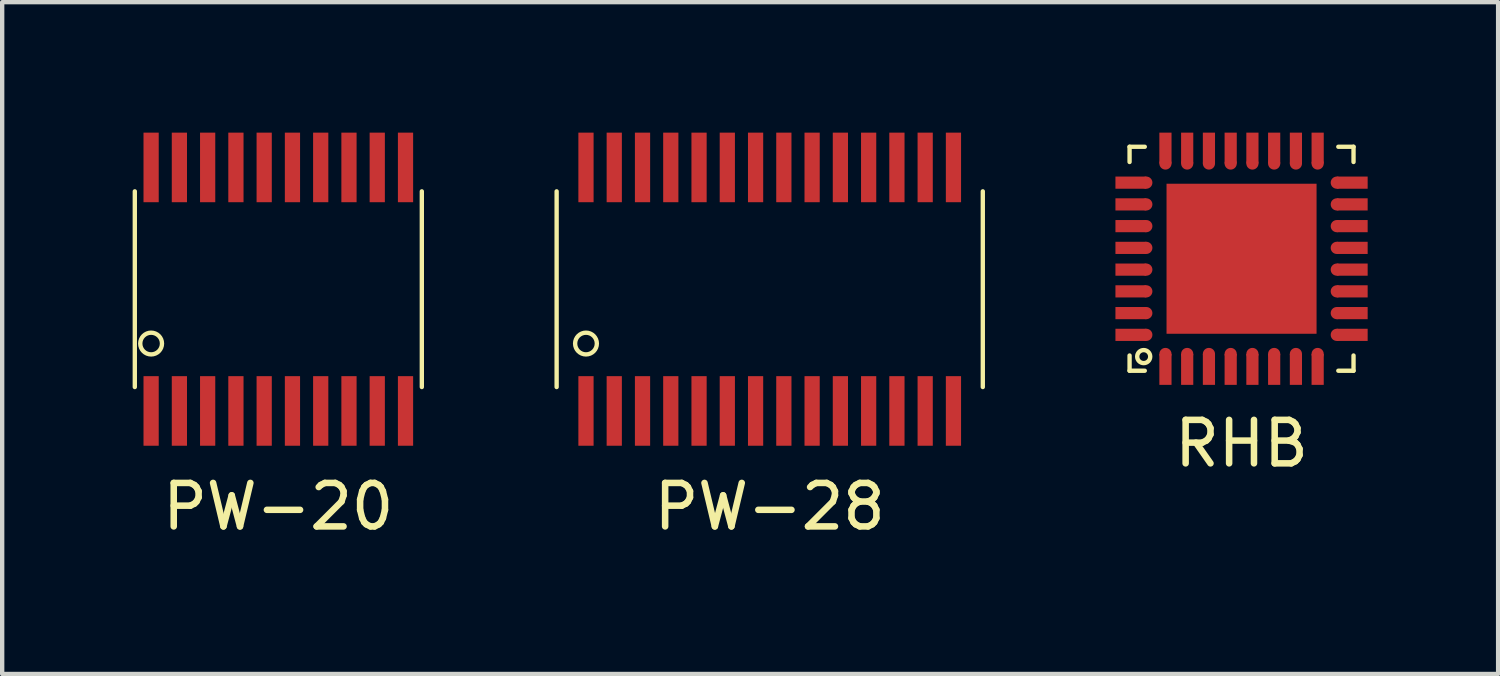
<source format=kicad_pcb>
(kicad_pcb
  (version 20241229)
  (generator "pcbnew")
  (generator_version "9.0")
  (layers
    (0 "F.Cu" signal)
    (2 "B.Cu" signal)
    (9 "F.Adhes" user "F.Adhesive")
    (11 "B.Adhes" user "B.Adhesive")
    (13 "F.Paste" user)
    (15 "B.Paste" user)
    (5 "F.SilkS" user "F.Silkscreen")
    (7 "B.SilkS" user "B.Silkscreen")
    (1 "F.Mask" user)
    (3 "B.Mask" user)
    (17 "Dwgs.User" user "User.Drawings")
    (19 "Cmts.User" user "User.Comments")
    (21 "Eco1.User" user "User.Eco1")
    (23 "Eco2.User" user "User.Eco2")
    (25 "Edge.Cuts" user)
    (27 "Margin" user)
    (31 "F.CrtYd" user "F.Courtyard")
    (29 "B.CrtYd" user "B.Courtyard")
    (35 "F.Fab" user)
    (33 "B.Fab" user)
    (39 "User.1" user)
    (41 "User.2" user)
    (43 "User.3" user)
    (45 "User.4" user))
  (footprint "PW-28"
    (layer "F.Cu")
    (at 14.65 3.6)
    (property "Reference" "PW-28" (at 0 5 0) (layer "F.SilkS") (effects (font (size 1 1) (thickness 0.15))))
    (attr through_hole)
    (fp_line (start -4.9 -2.25) (end -4.9 2.25) (stroke (width 0.1) (type solid)) (layer "F.SilkS"))
    (fp_line (start 4.9 -2.25) (end 4.9 2.25) (stroke (width 0.1) (type solid)) (layer "F.SilkS"))
    (fp_circle (center -4.225 1.25) (end -3.975 1.25) (stroke (width 0.1) (type solid)) (fill no) (layer "F.SilkS"))
    (pad "1" smd rect (at -4.225 2.8) (size 0.35 1.6) (layers "F.Cu" "F.Mask" "F.Paste"))
    (pad "2" smd rect (at -3.575 2.8) (size 0.35 1.6) (layers "F.Cu" "F.Mask" "F.Paste"))
    (pad "3" smd rect (at -2.925 2.8) (size 0.35 1.6) (layers "F.Cu" "F.Mask" "F.Paste"))
    (pad "4" smd rect (at -2.275 2.8) (size 0.35 1.6) (layers "F.Cu" "F.Mask" "F.Paste"))
    (pad "5" smd rect (at -1.625 2.8) (size 0.35 1.6) (layers "F.Cu" "F.Mask" "F.Paste"))
    (pad "6" smd rect (at -0.975 2.8) (size 0.35 1.6) (layers "F.Cu" "F.Mask" "F.Paste"))
    (pad "7" smd rect (at -0.325 2.8) (size 0.35 1.6) (layers "F.Cu" "F.Mask" "F.Paste"))
    (pad "8" smd rect (at 0.325 2.8) (size 0.35 1.6) (layers "F.Cu" "F.Mask" "F.Paste"))
    (pad "9" smd rect (at 0.975 2.8) (size 0.35 1.6) (layers "F.Cu" "F.Mask" "F.Paste"))
    (pad "10" smd rect (at 1.625 2.8) (size 0.35 1.6) (layers "F.Cu" "F.Mask" "F.Paste"))
    (pad "11" smd rect (at 2.275 2.8) (size 0.35 1.6) (layers "F.Cu" "F.Mask" "F.Paste"))
    (pad "12" smd rect (at 2.925 2.8) (size 0.35 1.6) (layers "F.Cu" "F.Mask" "F.Paste"))
    (pad "13" smd rect (at 3.575 2.8) (size 0.35 1.6) (layers "F.Cu" "F.Mask" "F.Paste"))
    (pad "14" smd rect (at 4.225 2.8) (size 0.35 1.6) (layers "F.Cu" "F.Mask" "F.Paste"))
    (pad "15" smd rect (at 4.225 -2.8) (size 0.35 1.6) (layers "F.Cu" "F.Mask" "F.Paste"))
    (pad "16" smd rect (at 3.575 -2.8) (size 0.35 1.6) (layers "F.Cu" "F.Mask" "F.Paste"))
    (pad "17" smd rect (at 2.925 -2.8) (size 0.35 1.6) (layers "F.Cu" "F.Mask" "F.Paste"))
    (pad "18" smd rect (at 2.275 -2.8) (size 0.35 1.6) (layers "F.Cu" "F.Mask" "F.Paste"))
    (pad "19" smd rect (at 1.625 -2.8) (size 0.35 1.6) (layers "F.Cu" "F.Mask" "F.Paste"))
    (pad "20" smd rect (at 0.975 -2.8) (size 0.35 1.6) (layers "F.Cu" "F.Mask" "F.Paste"))
    (pad "21" smd rect (at 0.325 -2.8) (size 0.35 1.6) (layers "F.Cu" "F.Mask" "F.Paste"))
    (pad "22" smd rect (at -0.325 -2.8) (size 0.35 1.6) (layers "F.Cu" "F.Mask" "F.Paste"))
    (pad "23" smd rect (at -0.975 -2.8) (size 0.35 1.6) (layers "F.Cu" "F.Mask" "F.Paste"))
    (pad "24" smd rect (at -1.625 -2.8) (size 0.35 1.6) (layers "F.Cu" "F.Mask" "F.Paste"))
    (pad "25" smd rect (at -2.275 -2.8) (size 0.35 1.6) (layers "F.Cu" "F.Mask" "F.Paste"))
    (pad "26" smd rect (at -2.925 -2.8) (size 0.35 1.6) (layers "F.Cu" "F.Mask" "F.Paste"))
    (pad "27" smd rect (at -3.575 -2.8) (size 0.35 1.6) (layers "F.Cu" "F.Mask" "F.Paste"))
    (pad "28" smd rect (at -4.225 -2.8) (size 0.35 1.6) (layers "F.Cu" "F.Mask" "F.Paste")))
  (footprint "PW-20"
    (layer "F.Cu")
    (at 3.35 3.6)
    (property "Reference" "PW-20" (at 0 5 0) (layer "F.SilkS") (effects (font (size 1 1) (thickness 0.15))))
    (attr through_hole)
    (fp_line (start -3.3 -2.25) (end -3.3 2.25) (stroke (width 0.1) (type solid)) (layer "F.SilkS"))
    (fp_line (start 3.3 -2.25) (end 3.3 2.25) (stroke (width 0.1) (type solid)) (layer "F.SilkS"))
    (fp_circle (center -2.925 1.25) (end -2.675 1.25) (stroke (width 0.1) (type solid)) (fill no) (layer "F.SilkS"))
    (pad "1" smd rect (at -2.925 2.8) (size 0.35 1.6) (layers "F.Cu" "F.Mask" "F.Paste"))
    (pad "2" smd rect (at -2.275 2.8) (size 0.35 1.6) (layers "F.Cu" "F.Mask" "F.Paste"))
    (pad "3" smd rect (at -1.625 2.8) (size 0.35 1.6) (layers "F.Cu" "F.Mask" "F.Paste"))
    (pad "4" smd rect (at -0.975 2.8) (size 0.35 1.6) (layers "F.Cu" "F.Mask" "F.Paste"))
    (pad "5" smd rect (at -0.325 2.8) (size 0.35 1.6) (layers "F.Cu" "F.Mask" "F.Paste"))
    (pad "6" smd rect (at 0.325 2.8) (size 0.35 1.6) (layers "F.Cu" "F.Mask" "F.Paste"))
    (pad "7" smd rect (at 0.975 2.8) (size 0.35 1.6) (layers "F.Cu" "F.Mask" "F.Paste"))
    (pad "8" smd rect (at 1.625 2.8) (size 0.35 1.6) (layers "F.Cu" "F.Mask" "F.Paste"))
    (pad "9" smd rect (at 2.275 2.8) (size 0.35 1.6) (layers "F.Cu" "F.Mask" "F.Paste"))
    (pad "10" smd rect (at 2.925 2.8) (size 0.35 1.6) (layers "F.Cu" "F.Mask" "F.Paste"))
    (pad "11" smd rect (at 2.925 -2.8) (size 0.35 1.6) (layers "F.Cu" "F.Mask" "F.Paste"))
    (pad "12" smd rect (at 2.275 -2.8) (size 0.35 1.6) (layers "F.Cu" "F.Mask" "F.Paste"))
    (pad "13" smd rect (at 1.625 -2.8) (size 0.35 1.6) (layers "F.Cu" "F.Mask" "F.Paste"))
    (pad "14" smd rect (at 0.975 -2.8) (size 0.35 1.6) (layers "F.Cu" "F.Mask" "F.Paste"))
    (pad "15" smd rect (at 0.325 -2.8) (size 0.35 1.6) (layers "F.Cu" "F.Mask" "F.Paste"))
    (pad "16" smd rect (at -0.325 -2.8) (size 0.35 1.6) (layers "F.Cu" "F.Mask" "F.Paste"))
    (pad "17" smd rect (at -0.975 -2.8) (size 0.35 1.6) (layers "F.Cu" "F.Mask" "F.Paste"))
    (pad "18" smd rect (at -1.625 -2.8) (size 0.35 1.6) (layers "F.Cu" "F.Mask" "F.Paste"))
    (pad "19" smd rect (at -2.275 -2.8) (size 0.35 1.6) (layers "F.Cu" "F.Mask" "F.Paste"))
    (pad "20" smd rect (at -2.925 -2.8) (size 0.35 1.6) (layers "F.Cu" "F.Mask" "F.Paste")))
  (footprint "RHB"
    (layer "F.Cu")
    (at 25.5 2.9)
    (property "Reference" "RHB" (at 0 4.25 0) (layer "F.SilkS") (effects (font (size 1 1) (thickness 0.15))))
    (attr through_hole)
    (fp_line (start -2.575 -2.575) (end -2.575 -2.225) (stroke (width 0.1) (type solid)) (layer "F.SilkS"))
    (fp_line (start -2.575 -2.575) (end -2.225 -2.575) (stroke (width 0.1) (type solid)) (layer "F.SilkS"))
    (fp_line (start -2.575 2.575) (end -2.575 2.225) (stroke (width 0.1) (type solid)) (layer "F.SilkS"))
    (fp_line (start -2.575 2.575) (end -2.225 2.575) (stroke (width 0.1) (type solid)) (layer "F.SilkS"))
    (fp_line (start 2.575 -2.575) (end 2.225 -2.575) (stroke (width 0.1) (type solid)) (layer "F.SilkS"))
    (fp_line (start 2.575 -2.575) (end 2.575 -2.225) (stroke (width 0.1) (type solid)) (layer "F.SilkS"))
    (fp_line (start 2.575 2.575) (end 2.225 2.575) (stroke (width 0.1) (type solid)) (layer "F.SilkS"))
    (fp_line (start 2.575 2.575) (end 2.575 2.225) (stroke (width 0.1) (type solid)) (layer "F.SilkS"))
    (fp_circle (center -2.25 2.25) (end -2.1 2.25) (stroke (width 0.1) (type solid)) (fill no) (layer "F.SilkS"))
    (pad "1" smd circle (at -1.75 2.19) (size 0.28 0.28) (layers "F.Cu" "F.Mask" "F.Paste"))
    (pad "1" smd rect (at -1.75 2.545) (size 0.28 0.71) (layers "F.Cu" "F.Mask" "F.Paste"))
    (pad "2" smd circle (at -1.25 2.19) (size 0.28 0.28) (layers "F.Cu" "F.Mask" "F.Paste"))
    (pad "2" smd rect (at -1.25 2.545) (size 0.28 0.71) (layers "F.Cu" "F.Mask" "F.Paste"))
    (pad "3" smd circle (at -0.75 2.19) (size 0.28 0.28) (layers "F.Cu" "F.Mask" "F.Paste"))
    (pad "3" smd rect (at -0.75 2.545) (size 0.28 0.71) (layers "F.Cu" "F.Mask" "F.Paste"))
    (pad "4" smd circle (at -0.25 2.19) (size 0.28 0.28) (layers "F.Cu" "F.Mask" "F.Paste"))
    (pad "4" smd rect (at -0.25 2.545) (size 0.28 0.71) (layers "F.Cu" "F.Mask" "F.Paste"))
    (pad "5" smd circle (at 0.25 2.19) (size 0.28 0.28) (layers "F.Cu" "F.Mask" "F.Paste"))
    (pad "5" smd rect (at 0.25 2.545) (size 0.28 0.71) (layers "F.Cu" "F.Mask" "F.Paste"))
    (pad "6" smd circle (at 0.75 2.19) (size 0.28 0.28) (layers "F.Cu" "F.Mask" "F.Paste"))
    (pad "6" smd rect (at 0.75 2.545) (size 0.28 0.71) (layers "F.Cu" "F.Mask" "F.Paste"))
    (pad "7" smd circle (at 1.25 2.19) (size 0.28 0.28) (layers "F.Cu" "F.Mask" "F.Paste"))
    (pad "7" smd rect (at 1.25 2.545) (size 0.28 0.71) (layers "F.Cu" "F.Mask" "F.Paste"))
    (pad "8" smd circle (at 1.75 2.19) (size 0.28 0.28) (layers "F.Cu" "F.Mask" "F.Paste"))
    (pad "8" smd rect (at 1.75 2.545) (size 0.28 0.71) (layers "F.Cu" "F.Mask" "F.Paste"))
    (pad "9" smd circle (at 2.19 1.75) (size 0.28 0.28) (layers "F.Cu" "F.Mask" "F.Paste"))
    (pad "9" smd rect (at 2.545 1.75) (size 0.71 0.28) (layers "F.Cu" "F.Mask" "F.Paste"))
    (pad "10" smd circle (at 2.19 1.25) (size 0.28 0.28) (layers "F.Cu" "F.Mask" "F.Paste"))
    (pad "10" smd rect (at 2.545 1.25) (size 0.71 0.28) (layers "F.Cu" "F.Mask" "F.Paste"))
    (pad "11" smd circle (at 2.19 0.75) (size 0.28 0.28) (layers "F.Cu" "F.Mask" "F.Paste"))
    (pad "11" smd rect (at 2.545 0.75) (size 0.71 0.28) (layers "F.Cu" "F.Mask" "F.Paste"))
    (pad "12" smd circle (at 2.19 0.25) (size 0.28 0.28) (layers "F.Cu" "F.Mask" "F.Paste"))
    (pad "12" smd rect (at 2.545 0.25) (size 0.71 0.28) (layers "F.Cu" "F.Mask" "F.Paste"))
    (pad "13" smd circle (at 2.19 -0.25) (size 0.28 0.28) (layers "F.Cu" "F.Mask" "F.Paste"))
    (pad "13" smd rect (at 2.545 -0.25) (size 0.71 0.28) (layers "F.Cu" "F.Mask" "F.Paste"))
    (pad "14" smd circle (at 2.19 -0.75) (size 0.28 0.28) (layers "F.Cu" "F.Mask" "F.Paste"))
    (pad "14" smd rect (at 2.545 -0.75) (size 0.71 0.28) (layers "F.Cu" "F.Mask" "F.Paste"))
    (pad "15" smd circle (at 2.19 -1.25) (size 0.28 0.28) (layers "F.Cu" "F.Mask" "F.Paste"))
    (pad "15" smd rect (at 2.545 -1.25) (size 0.71 0.28) (layers "F.Cu" "F.Mask" "F.Paste"))
    (pad "16" smd circle (at 2.19 -1.75) (size 0.28 0.28) (layers "F.Cu" "F.Mask" "F.Paste"))
    (pad "16" smd rect (at 2.545 -1.75) (size 0.71 0.28) (layers "F.Cu" "F.Mask" "F.Paste"))
    (pad "17" smd rect (at 1.75 -2.545) (size 0.28 0.71) (layers "F.Cu" "F.Mask" "F.Paste"))
    (pad "17" smd circle (at 1.75 -2.19) (size 0.28 0.28) (layers "F.Cu" "F.Mask" "F.Paste"))
    (pad "18" smd rect (at 1.25 -2.545) (size 0.28 0.71) (layers "F.Cu" "F.Mask" "F.Paste"))
    (pad "18" smd circle (at 1.25 -2.19) (size 0.28 0.28) (layers "F.Cu" "F.Mask" "F.Paste"))
    (pad "19" smd rect (at 0.75 -2.545) (size 0.28 0.71) (layers "F.Cu" "F.Mask" "F.Paste"))
    (pad "19" smd circle (at 0.75 -2.19) (size 0.28 0.28) (layers "F.Cu" "F.Mask" "F.Paste"))
    (pad "20" smd rect (at 0.25 -2.545) (size 0.28 0.71) (layers "F.Cu" "F.Mask" "F.Paste"))
    (pad "20" smd circle (at 0.25 -2.19) (size 0.28 0.28) (layers "F.Cu" "F.Mask" "F.Paste"))
    (pad "21" smd rect (at -0.25 -2.545) (size 0.28 0.71) (layers "F.Cu" "F.Mask" "F.Paste"))
    (pad "21" smd circle (at -0.25 -2.19) (size 0.28 0.28) (layers "F.Cu" "F.Mask" "F.Paste"))
    (pad "22" smd rect (at -0.75 -2.545) (size 0.28 0.71) (layers "F.Cu" "F.Mask" "F.Paste"))
    (pad "22" smd circle (at -0.75 -2.19) (size 0.28 0.28) (layers "F.Cu" "F.Mask" "F.Paste"))
    (pad "23" smd rect (at -1.25 -2.545) (size 0.28 0.71) (layers "F.Cu" "F.Mask" "F.Paste"))
    (pad "23" smd circle (at -1.25 -2.19) (size 0.28 0.28) (layers "F.Cu" "F.Mask" "F.Paste"))
    (pad "24" smd rect (at -1.75 -2.545) (size 0.28 0.71) (layers "F.Cu" "F.Mask" "F.Paste"))
    (pad "24" smd circle (at -1.75 -2.19) (size 0.28 0.28) (layers "F.Cu" "F.Mask" "F.Paste"))
    (pad "25" smd rect (at -2.545 -1.75) (size 0.71 0.28) (layers "F.Cu" "F.Mask" "F.Paste"))
    (pad "25" smd circle (at -2.19 -1.75) (size 0.28 0.28) (layers "F.Cu" "F.Mask" "F.Paste"))
    (pad "26" smd rect (at -2.545 -1.25) (size 0.71 0.28) (layers "F.Cu" "F.Mask" "F.Paste"))
    (pad "26" smd circle (at -2.19 -1.25) (size 0.28 0.28) (layers "F.Cu" "F.Mask" "F.Paste"))
    (pad "27" smd rect (at -2.545 -0.75) (size 0.71 0.28) (layers "F.Cu" "F.Mask" "F.Paste"))
    (pad "27" smd circle (at -2.19 -0.75) (size 0.28 0.28) (layers "F.Cu" "F.Mask" "F.Paste"))
    (pad "28" smd rect (at -2.545 -0.25) (size 0.71 0.28) (layers "F.Cu" "F.Mask" "F.Paste"))
    (pad "28" smd circle (at -2.19 -0.25) (size 0.28 0.28) (layers "F.Cu" "F.Mask" "F.Paste"))
    (pad "29" smd rect (at -2.545 0.25) (size 0.71 0.28) (layers "F.Cu" "F.Mask" "F.Paste"))
    (pad "29" smd circle (at -2.19 0.25) (size 0.28 0.28) (layers "F.Cu" "F.Mask" "F.Paste"))
    (pad "30" smd rect (at -2.545 0.75) (size 0.71 0.28) (layers "F.Cu" "F.Mask" "F.Paste"))
    (pad "30" smd circle (at -2.19 0.75) (size 0.28 0.28) (layers "F.Cu" "F.Mask" "F.Paste"))
    (pad "31" smd rect (at -2.545 1.25) (size 0.71 0.28) (layers "F.Cu" "F.Mask" "F.Paste"))
    (pad "31" smd circle (at -2.19 1.25) (size 0.28 0.28) (layers "F.Cu" "F.Mask" "F.Paste"))
    (pad "32" smd rect (at -2.545 1.75) (size 0.71 0.28) (layers "F.Cu" "F.Mask" "F.Paste"))
    (pad "32" smd circle (at -2.19 1.75) (size 0.28 0.28) (layers "F.Cu" "F.Mask" "F.Paste"))
    (pad "~" smd rect (at 0 0) (size 3.45 3.45) (layers "F.Cu" "F.Mask" "F.Paste")))
  (gr_rect
    (start -3 -3)
    (end 31.4 12.448)
    (stroke (width 0.1) (type default))
    (fill no)
    (layer "Edge.Cuts")))
</source>
